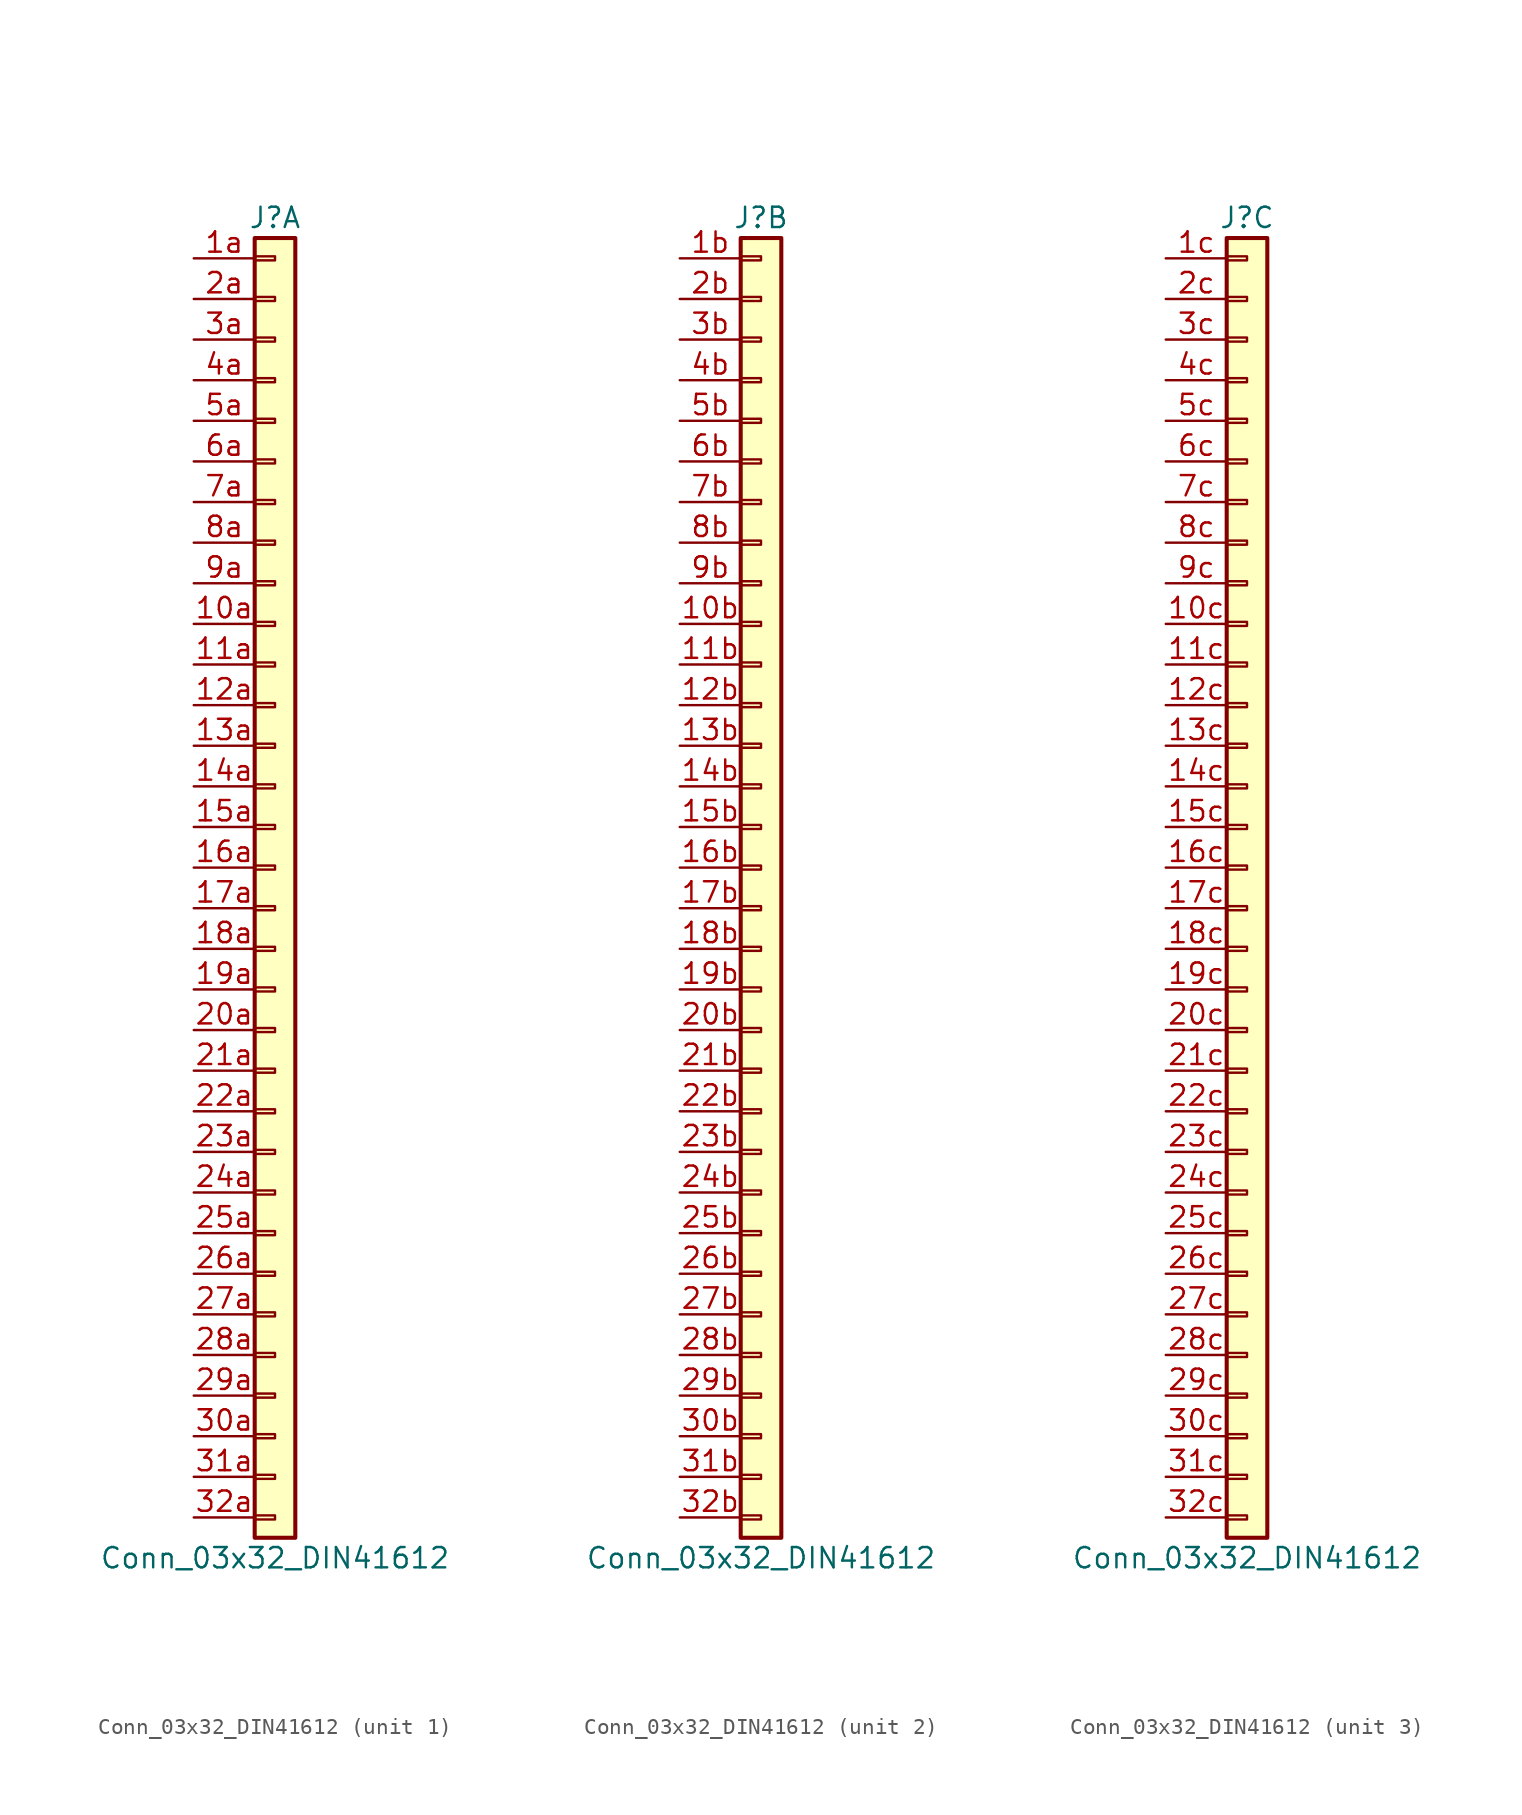
<source format=kicad_sym>
(kicad_symbol_lib
  (version 20211014)
  (generator kicad_symbol_editor)
  (symbol "Conn_03x32_DIN41612"
    (pin_names
      (offset 1.016) hide)
    (property "Reference" "J"
      (at 0 40.64 0)
      (effects (font (size 1.27 1.27))))
    (property "Value" "Conn_03x32_DIN41612"
      (at 0 -43.18 0)
      (effects (font (size 1.27 1.27))))
    (property "ki_locked" ""
      (at 0 0 0)
      (effects (font (size 1.27 1.27))))
    (symbol "Conn_03x32_DIN41612_1_1"
      (rectangle (start -1.27 -40.513) (end 0 -40.767) (stroke (width 0.152) (type default) (color 0 0 0 0)) (fill (type none)))
      (rectangle (start -1.27 -37.973) (end 0 -38.227) (stroke (width 0.152) (type default) (color 0 0 0 0)) (fill (type none)))
      (rectangle (start -1.27 -35.433) (end 0 -35.687) (stroke (width 0.152) (type default) (color 0 0 0 0)) (fill (type none)))
      (rectangle (start -1.27 -32.893) (end 0 -33.147) (stroke (width 0.152) (type default) (color 0 0 0 0)) (fill (type none)))
      (rectangle (start -1.27 -30.353) (end 0 -30.607) (stroke (width 0.152) (type default) (color 0 0 0 0)) (fill (type none)))
      (rectangle (start -1.27 -27.813) (end 0 -28.067) (stroke (width 0.152) (type default) (color 0 0 0 0)) (fill (type none)))
      (rectangle (start -1.27 -25.273) (end 0 -25.527) (stroke (width 0.152) (type default) (color 0 0 0 0)) (fill (type none)))
      (rectangle (start -1.27 -22.733) (end 0 -22.987) (stroke (width 0.152) (type default) (color 0 0 0 0)) (fill (type none)))
      (rectangle (start -1.27 -20.193) (end 0 -20.447) (stroke (width 0.152) (type default) (color 0 0 0 0)) (fill (type none)))
      (rectangle (start -1.27 -17.653) (end 0 -17.907) (stroke (width 0.152) (type default) (color 0 0 0 0)) (fill (type none)))
      (rectangle (start -1.27 -15.113) (end 0 -15.367) (stroke (width 0.152) (type default) (color 0 0 0 0)) (fill (type none)))
      (rectangle (start -1.27 -12.573) (end 0 -12.827) (stroke (width 0.152) (type default) (color 0 0 0 0)) (fill (type none)))
      (rectangle (start -1.27 -10.033) (end 0 -10.287) (stroke (width 0.152) (type default) (color 0 0 0 0)) (fill (type none)))
      (rectangle (start -1.27 -7.493) (end 0 -7.747) (stroke (width 0.152) (type default) (color 0 0 0 0)) (fill (type none)))
      (rectangle (start -1.27 -4.953) (end 0 -5.207) (stroke (width 0.152) (type default) (color 0 0 0 0)) (fill (type none)))
      (rectangle (start -1.27 -2.413) (end 0 -2.667) (stroke (width 0.152) (type default) (color 0 0 0 0)) (fill (type none)))
      (rectangle (start -1.27 0.127) (end 0 -0.127) (stroke (width 0.152) (type default) (color 0 0 0 0)) (fill (type none)))
      (rectangle (start -1.27 2.667) (end 0 2.413) (stroke (width 0.152) (type default) (color 0 0 0 0)) (fill (type none)))
      (rectangle (start -1.27 5.207) (end 0 4.953) (stroke (width 0.152) (type default) (color 0 0 0 0)) (fill (type none)))
      (rectangle (start -1.27 7.747) (end 0 7.493) (stroke (width 0.152) (type default) (color 0 0 0 0)) (fill (type none)))
      (rectangle (start -1.27 10.287) (end 0 10.033) (stroke (width 0.152) (type default) (color 0 0 0 0)) (fill (type none)))
      (rectangle (start -1.27 12.827) (end 0 12.573) (stroke (width 0.152) (type default) (color 0 0 0 0)) (fill (type none)))
      (rectangle (start -1.27 15.367) (end 0 15.113) (stroke (width 0.152) (type default) (color 0 0 0 0)) (fill (type none)))
      (rectangle (start -1.27 17.907) (end 0 17.653) (stroke (width 0.152) (type default) (color 0 0 0 0)) (fill (type none)))
      (rectangle (start -1.27 20.447) (end 0 20.193) (stroke (width 0.152) (type default) (color 0 0 0 0)) (fill (type none)))
      (rectangle (start -1.27 22.987) (end 0 22.733) (stroke (width 0.152) (type default) (color 0 0 0 0)) (fill (type none)))
      (rectangle (start -1.27 25.527) (end 0 25.273) (stroke (width 0.152) (type default) (color 0 0 0 0)) (fill (type none)))
      (rectangle (start -1.27 28.067) (end 0 27.813) (stroke (width 0.152) (type default) (color 0 0 0 0)) (fill (type none)))
      (rectangle (start -1.27 30.607) (end 0 30.353) (stroke (width 0.152) (type default) (color 0 0 0 0)) (fill (type none)))
      (rectangle (start -1.27 33.147) (end 0 32.893) (stroke (width 0.152) (type default) (color 0 0 0 0)) (fill (type none)))
      (rectangle (start -1.27 35.687) (end 0 35.433) (stroke (width 0.152) (type default) (color 0 0 0 0)) (fill (type none)))
      (rectangle (start -1.27 38.227) (end 0 37.973) (stroke (width 0.152) (type default) (color 0 0 0 0)) (fill (type none)))
      (rectangle (start -1.27 39.37) (end 1.27 -41.91) (stroke (width 0.254) (type default) (color 0 0 0 0)) (fill (type background)))
      (pin passive line (at -5.08 15.24 0) (length 3.81) (name "Pin_10" (effects (font (size 1.27 1.27)))) (number "10a" (effects (font (size 1.27 1.27)))))
      (pin passive line (at -5.08 12.7 0) (length 3.81) (name "Pin_11" (effects (font (size 1.27 1.27)))) (number "11a" (effects (font (size 1.27 1.27)))))
      (pin passive line (at -5.08 10.16 0) (length 3.81) (name "Pin_12" (effects (font (size 1.27 1.27)))) (number "12a" (effects (font (size 1.27 1.27)))))
      (pin passive line (at -5.08 7.62 0) (length 3.81) (name "Pin_13" (effects (font (size 1.27 1.27)))) (number "13a" (effects (font (size 1.27 1.27)))))
      (pin passive line (at -5.08 5.08 0) (length 3.81) (name "Pin_14" (effects (font (size 1.27 1.27)))) (number "14a" (effects (font (size 1.27 1.27)))))
      (pin passive line (at -5.08 2.54 0) (length 3.81) (name "Pin_15" (effects (font (size 1.27 1.27)))) (number "15a" (effects (font (size 1.27 1.27)))))
      (pin passive line (at -5.08 0 0) (length 3.81) (name "Pin_16" (effects (font (size 1.27 1.27)))) (number "16a" (effects (font (size 1.27 1.27)))))
      (pin passive line (at -5.08 -2.54 0) (length 3.81) (name "Pin_17" (effects (font (size 1.27 1.27)))) (number "17a" (effects (font (size 1.27 1.27)))))
      (pin passive line (at -5.08 -5.08 0) (length 3.81) (name "Pin_18" (effects (font (size 1.27 1.27)))) (number "18a" (effects (font (size 1.27 1.27)))))
      (pin passive line (at -5.08 -7.62 0) (length 3.81) (name "Pin_19" (effects (font (size 1.27 1.27)))) (number "19a" (effects (font (size 1.27 1.27)))))
      (pin passive line (at -5.08 38.1 0) (length 3.81) (name "Pin_1" (effects (font (size 1.27 1.27)))) (number "1a" (effects (font (size 1.27 1.27)))))
      (pin passive line (at -5.08 -10.16 0) (length 3.81) (name "Pin_20" (effects (font (size 1.27 1.27)))) (number "20a" (effects (font (size 1.27 1.27)))))
      (pin passive line (at -5.08 -12.7 0) (length 3.81) (name "Pin_21" (effects (font (size 1.27 1.27)))) (number "21a" (effects (font (size 1.27 1.27)))))
      (pin passive line (at -5.08 -15.24 0) (length 3.81) (name "Pin_22" (effects (font (size 1.27 1.27)))) (number "22a" (effects (font (size 1.27 1.27)))))
      (pin passive line (at -5.08 -17.78 0) (length 3.81) (name "Pin_23" (effects (font (size 1.27 1.27)))) (number "23a" (effects (font (size 1.27 1.27)))))
      (pin passive line (at -5.08 -20.32 0) (length 3.81) (name "Pin_24" (effects (font (size 1.27 1.27)))) (number "24a" (effects (font (size 1.27 1.27)))))
      (pin passive line (at -5.08 -22.86 0) (length 3.81) (name "Pin_25" (effects (font (size 1.27 1.27)))) (number "25a" (effects (font (size 1.27 1.27)))))
      (pin passive line (at -5.08 -25.4 0) (length 3.81) (name "Pin_26" (effects (font (size 1.27 1.27)))) (number "26a" (effects (font (size 1.27 1.27)))))
      (pin passive line (at -5.08 -27.94 0) (length 3.81) (name "Pin_27" (effects (font (size 1.27 1.27)))) (number "27a" (effects (font (size 1.27 1.27)))))
      (pin passive line (at -5.08 -30.48 0) (length 3.81) (name "Pin_28" (effects (font (size 1.27 1.27)))) (number "28a" (effects (font (size 1.27 1.27)))))
      (pin passive line (at -5.08 -33.02 0) (length 3.81) (name "Pin_29" (effects (font (size 1.27 1.27)))) (number "29a" (effects (font (size 1.27 1.27)))))
      (pin passive line (at -5.08 35.56 0) (length 3.81) (name "Pin_2" (effects (font (size 1.27 1.27)))) (number "2a" (effects (font (size 1.27 1.27)))))
      (pin passive line (at -5.08 -35.56 0) (length 3.81) (name "Pin_30" (effects (font (size 1.27 1.27)))) (number "30a" (effects (font (size 1.27 1.27)))))
      (pin passive line (at -5.08 -38.1 0) (length 3.81) (name "Pin_31" (effects (font (size 1.27 1.27)))) (number "31a" (effects (font (size 1.27 1.27)))))
      (pin passive line (at -5.08 -40.64 0) (length 3.81) (name "Pin_32" (effects (font (size 1.27 1.27)))) (number "32a" (effects (font (size 1.27 1.27)))))
      (pin passive line (at -5.08 33.02 0) (length 3.81) (name "Pin_3" (effects (font (size 1.27 1.27)))) (number "3a" (effects (font (size 1.27 1.27)))))
      (pin passive line (at -5.08 30.48 0) (length 3.81) (name "Pin_4" (effects (font (size 1.27 1.27)))) (number "4a" (effects (font (size 1.27 1.27)))))
      (pin passive line (at -5.08 27.94 0) (length 3.81) (name "Pin_5" (effects (font (size 1.27 1.27)))) (number "5a" (effects (font (size 1.27 1.27)))))
      (pin passive line (at -5.08 25.4 0) (length 3.81) (name "Pin_6" (effects (font (size 1.27 1.27)))) (number "6a" (effects (font (size 1.27 1.27)))))
      (pin passive line (at -5.08 22.86 0) (length 3.81) (name "Pin_7" (effects (font (size 1.27 1.27)))) (number "7a" (effects (font (size 1.27 1.27)))))
      (pin passive line (at -5.08 20.32 0) (length 3.81) (name "Pin_8" (effects (font (size 1.27 1.27)))) (number "8a" (effects (font (size 1.27 1.27)))))
      (pin passive line (at -5.08 17.78 0) (length 3.81) (name "Pin_9" (effects (font (size 1.27 1.27)))) (number "9a" (effects (font (size 1.27 1.27))))))
    (symbol "Conn_03x32_DIN41612_2_1"
      (rectangle (start -1.27 -40.513) (end 0 -40.767) (stroke (width 0.152) (type default) (color 0 0 0 0)) (fill (type none)))
      (rectangle (start -1.27 -37.973) (end 0 -38.227) (stroke (width 0.152) (type default) (color 0 0 0 0)) (fill (type none)))
      (rectangle (start -1.27 -35.433) (end 0 -35.687) (stroke (width 0.152) (type default) (color 0 0 0 0)) (fill (type none)))
      (rectangle (start -1.27 -32.893) (end 0 -33.147) (stroke (width 0.152) (type default) (color 0 0 0 0)) (fill (type none)))
      (rectangle (start -1.27 -30.353) (end 0 -30.607) (stroke (width 0.152) (type default) (color 0 0 0 0)) (fill (type none)))
      (rectangle (start -1.27 -27.813) (end 0 -28.067) (stroke (width 0.152) (type default) (color 0 0 0 0)) (fill (type none)))
      (rectangle (start -1.27 -25.273) (end 0 -25.527) (stroke (width 0.152) (type default) (color 0 0 0 0)) (fill (type none)))
      (rectangle (start -1.27 -22.733) (end 0 -22.987) (stroke (width 0.152) (type default) (color 0 0 0 0)) (fill (type none)))
      (rectangle (start -1.27 -20.193) (end 0 -20.447) (stroke (width 0.152) (type default) (color 0 0 0 0)) (fill (type none)))
      (rectangle (start -1.27 -17.653) (end 0 -17.907) (stroke (width 0.152) (type default) (color 0 0 0 0)) (fill (type none)))
      (rectangle (start -1.27 -15.113) (end 0 -15.367) (stroke (width 0.152) (type default) (color 0 0 0 0)) (fill (type none)))
      (rectangle (start -1.27 -12.573) (end 0 -12.827) (stroke (width 0.152) (type default) (color 0 0 0 0)) (fill (type none)))
      (rectangle (start -1.27 -10.033) (end 0 -10.287) (stroke (width 0.152) (type default) (color 0 0 0 0)) (fill (type none)))
      (rectangle (start -1.27 -7.493) (end 0 -7.747) (stroke (width 0.152) (type default) (color 0 0 0 0)) (fill (type none)))
      (rectangle (start -1.27 -4.953) (end 0 -5.207) (stroke (width 0.152) (type default) (color 0 0 0 0)) (fill (type none)))
      (rectangle (start -1.27 -2.413) (end 0 -2.667) (stroke (width 0.152) (type default) (color 0 0 0 0)) (fill (type none)))
      (rectangle (start -1.27 0.127) (end 0 -0.127) (stroke (width 0.152) (type default) (color 0 0 0 0)) (fill (type none)))
      (rectangle (start -1.27 2.667) (end 0 2.413) (stroke (width 0.152) (type default) (color 0 0 0 0)) (fill (type none)))
      (rectangle (start -1.27 5.207) (end 0 4.953) (stroke (width 0.152) (type default) (color 0 0 0 0)) (fill (type none)))
      (rectangle (start -1.27 7.747) (end 0 7.493) (stroke (width 0.152) (type default) (color 0 0 0 0)) (fill (type none)))
      (rectangle (start -1.27 10.287) (end 0 10.033) (stroke (width 0.152) (type default) (color 0 0 0 0)) (fill (type none)))
      (rectangle (start -1.27 12.827) (end 0 12.573) (stroke (width 0.152) (type default) (color 0 0 0 0)) (fill (type none)))
      (rectangle (start -1.27 15.367) (end 0 15.113) (stroke (width 0.152) (type default) (color 0 0 0 0)) (fill (type none)))
      (rectangle (start -1.27 17.907) (end 0 17.653) (stroke (width 0.152) (type default) (color 0 0 0 0)) (fill (type none)))
      (rectangle (start -1.27 20.447) (end 0 20.193) (stroke (width 0.152) (type default) (color 0 0 0 0)) (fill (type none)))
      (rectangle (start -1.27 22.987) (end 0 22.733) (stroke (width 0.152) (type default) (color 0 0 0 0)) (fill (type none)))
      (rectangle (start -1.27 25.527) (end 0 25.273) (stroke (width 0.152) (type default) (color 0 0 0 0)) (fill (type none)))
      (rectangle (start -1.27 28.067) (end 0 27.813) (stroke (width 0.152) (type default) (color 0 0 0 0)) (fill (type none)))
      (rectangle (start -1.27 30.607) (end 0 30.353) (stroke (width 0.152) (type default) (color 0 0 0 0)) (fill (type none)))
      (rectangle (start -1.27 33.147) (end 0 32.893) (stroke (width 0.152) (type default) (color 0 0 0 0)) (fill (type none)))
      (rectangle (start -1.27 35.687) (end 0 35.433) (stroke (width 0.152) (type default) (color 0 0 0 0)) (fill (type none)))
      (rectangle (start -1.27 38.227) (end 0 37.973) (stroke (width 0.152) (type default) (color 0 0 0 0)) (fill (type none)))
      (rectangle (start -1.27 39.37) (end 1.27 -41.91) (stroke (width 0.254) (type default) (color 0 0 0 0)) (fill (type background)))
      (pin passive line (at -5.08 15.24 0) (length 3.81) (name "Pin_10" (effects (font (size 1.27 1.27)))) (number "10b" (effects (font (size 1.27 1.27)))))
      (pin passive line (at -5.08 12.7 0) (length 3.81) (name "Pin_11" (effects (font (size 1.27 1.27)))) (number "11b" (effects (font (size 1.27 1.27)))))
      (pin passive line (at -5.08 10.16 0) (length 3.81) (name "Pin_12" (effects (font (size 1.27 1.27)))) (number "12b" (effects (font (size 1.27 1.27)))))
      (pin passive line (at -5.08 7.62 0) (length 3.81) (name "Pin_13" (effects (font (size 1.27 1.27)))) (number "13b" (effects (font (size 1.27 1.27)))))
      (pin passive line (at -5.08 5.08 0) (length 3.81) (name "Pin_14" (effects (font (size 1.27 1.27)))) (number "14b" (effects (font (size 1.27 1.27)))))
      (pin passive line (at -5.08 2.54 0) (length 3.81) (name "Pin_15" (effects (font (size 1.27 1.27)))) (number "15b" (effects (font (size 1.27 1.27)))))
      (pin passive line (at -5.08 0 0) (length 3.81) (name "Pin_16" (effects (font (size 1.27 1.27)))) (number "16b" (effects (font (size 1.27 1.27)))))
      (pin passive line (at -5.08 -2.54 0) (length 3.81) (name "Pin_17" (effects (font (size 1.27 1.27)))) (number "17b" (effects (font (size 1.27 1.27)))))
      (pin passive line (at -5.08 -5.08 0) (length 3.81) (name "Pin_18" (effects (font (size 1.27 1.27)))) (number "18b" (effects (font (size 1.27 1.27)))))
      (pin passive line (at -5.08 -7.62 0) (length 3.81) (name "Pin_19" (effects (font (size 1.27 1.27)))) (number "19b" (effects (font (size 1.27 1.27)))))
      (pin passive line (at -5.08 38.1 0) (length 3.81) (name "Pin_1" (effects (font (size 1.27 1.27)))) (number "1b" (effects (font (size 1.27 1.27)))))
      (pin passive line (at -5.08 -10.16 0) (length 3.81) (name "Pin_20" (effects (font (size 1.27 1.27)))) (number "20b" (effects (font (size 1.27 1.27)))))
      (pin passive line (at -5.08 -12.7 0) (length 3.81) (name "Pin_21" (effects (font (size 1.27 1.27)))) (number "21b" (effects (font (size 1.27 1.27)))))
      (pin passive line (at -5.08 -15.24 0) (length 3.81) (name "Pin_22" (effects (font (size 1.27 1.27)))) (number "22b" (effects (font (size 1.27 1.27)))))
      (pin passive line (at -5.08 -17.78 0) (length 3.81) (name "Pin_23" (effects (font (size 1.27 1.27)))) (number "23b" (effects (font (size 1.27 1.27)))))
      (pin passive line (at -5.08 -20.32 0) (length 3.81) (name "Pin_24" (effects (font (size 1.27 1.27)))) (number "24b" (effects (font (size 1.27 1.27)))))
      (pin passive line (at -5.08 -22.86 0) (length 3.81) (name "Pin_25" (effects (font (size 1.27 1.27)))) (number "25b" (effects (font (size 1.27 1.27)))))
      (pin passive line (at -5.08 -25.4 0) (length 3.81) (name "Pin_26" (effects (font (size 1.27 1.27)))) (number "26b" (effects (font (size 1.27 1.27)))))
      (pin passive line (at -5.08 -27.94 0) (length 3.81) (name "Pin_27" (effects (font (size 1.27 1.27)))) (number "27b" (effects (font (size 1.27 1.27)))))
      (pin passive line (at -5.08 -30.48 0) (length 3.81) (name "Pin_28" (effects (font (size 1.27 1.27)))) (number "28b" (effects (font (size 1.27 1.27)))))
      (pin passive line (at -5.08 -33.02 0) (length 3.81) (name "Pin_29" (effects (font (size 1.27 1.27)))) (number "29b" (effects (font (size 1.27 1.27)))))
      (pin passive line (at -5.08 35.56 0) (length 3.81) (name "Pin_2" (effects (font (size 1.27 1.27)))) (number "2b" (effects (font (size 1.27 1.27)))))
      (pin passive line (at -5.08 -35.56 0) (length 3.81) (name "Pin_30" (effects (font (size 1.27 1.27)))) (number "30b" (effects (font (size 1.27 1.27)))))
      (pin passive line (at -5.08 -38.1 0) (length 3.81) (name "Pin_31" (effects (font (size 1.27 1.27)))) (number "31b" (effects (font (size 1.27 1.27)))))
      (pin passive line (at -5.08 -40.64 0) (length 3.81) (name "Pin_32" (effects (font (size 1.27 1.27)))) (number "32b" (effects (font (size 1.27 1.27)))))
      (pin passive line (at -5.08 33.02 0) (length 3.81) (name "Pin_3" (effects (font (size 1.27 1.27)))) (number "3b" (effects (font (size 1.27 1.27)))))
      (pin passive line (at -5.08 30.48 0) (length 3.81) (name "Pin_4" (effects (font (size 1.27 1.27)))) (number "4b" (effects (font (size 1.27 1.27)))))
      (pin passive line (at -5.08 27.94 0) (length 3.81) (name "Pin_5" (effects (font (size 1.27 1.27)))) (number "5b" (effects (font (size 1.27 1.27)))))
      (pin passive line (at -5.08 25.4 0) (length 3.81) (name "Pin_6" (effects (font (size 1.27 1.27)))) (number "6b" (effects (font (size 1.27 1.27)))))
      (pin passive line (at -5.08 22.86 0) (length 3.81) (name "Pin_7" (effects (font (size 1.27 1.27)))) (number "7b" (effects (font (size 1.27 1.27)))))
      (pin passive line (at -5.08 20.32 0) (length 3.81) (name "Pin_8" (effects (font (size 1.27 1.27)))) (number "8b" (effects (font (size 1.27 1.27)))))
      (pin passive line (at -5.08 17.78 0) (length 3.81) (name "Pin_9" (effects (font (size 1.27 1.27)))) (number "9b" (effects (font (size 1.27 1.27))))))
    (symbol "Conn_03x32_DIN41612_3_1"
      (rectangle (start -1.27 -40.513) (end 0 -40.767) (stroke (width 0.152) (type default) (color 0 0 0 0)) (fill (type none)))
      (rectangle (start -1.27 -37.973) (end 0 -38.227) (stroke (width 0.152) (type default) (color 0 0 0 0)) (fill (type none)))
      (rectangle (start -1.27 -35.433) (end 0 -35.687) (stroke (width 0.152) (type default) (color 0 0 0 0)) (fill (type none)))
      (rectangle (start -1.27 -32.893) (end 0 -33.147) (stroke (width 0.152) (type default) (color 0 0 0 0)) (fill (type none)))
      (rectangle (start -1.27 -30.353) (end 0 -30.607) (stroke (width 0.152) (type default) (color 0 0 0 0)) (fill (type none)))
      (rectangle (start -1.27 -27.813) (end 0 -28.067) (stroke (width 0.152) (type default) (color 0 0 0 0)) (fill (type none)))
      (rectangle (start -1.27 -25.273) (end 0 -25.527) (stroke (width 0.152) (type default) (color 0 0 0 0)) (fill (type none)))
      (rectangle (start -1.27 -22.733) (end 0 -22.987) (stroke (width 0.152) (type default) (color 0 0 0 0)) (fill (type none)))
      (rectangle (start -1.27 -20.193) (end 0 -20.447) (stroke (width 0.152) (type default) (color 0 0 0 0)) (fill (type none)))
      (rectangle (start -1.27 -17.653) (end 0 -17.907) (stroke (width 0.152) (type default) (color 0 0 0 0)) (fill (type none)))
      (rectangle (start -1.27 -15.113) (end 0 -15.367) (stroke (width 0.152) (type default) (color 0 0 0 0)) (fill (type none)))
      (rectangle (start -1.27 -12.573) (end 0 -12.827) (stroke (width 0.152) (type default) (color 0 0 0 0)) (fill (type none)))
      (rectangle (start -1.27 -10.033) (end 0 -10.287) (stroke (width 0.152) (type default) (color 0 0 0 0)) (fill (type none)))
      (rectangle (start -1.27 -7.493) (end 0 -7.747) (stroke (width 0.152) (type default) (color 0 0 0 0)) (fill (type none)))
      (rectangle (start -1.27 -4.953) (end 0 -5.207) (stroke (width 0.152) (type default) (color 0 0 0 0)) (fill (type none)))
      (rectangle (start -1.27 -2.413) (end 0 -2.667) (stroke (width 0.152) (type default) (color 0 0 0 0)) (fill (type none)))
      (rectangle (start -1.27 0.127) (end 0 -0.127) (stroke (width 0.152) (type default) (color 0 0 0 0)) (fill (type none)))
      (rectangle (start -1.27 2.667) (end 0 2.413) (stroke (width 0.152) (type default) (color 0 0 0 0)) (fill (type none)))
      (rectangle (start -1.27 5.207) (end 0 4.953) (stroke (width 0.152) (type default) (color 0 0 0 0)) (fill (type none)))
      (rectangle (start -1.27 7.747) (end 0 7.493) (stroke (width 0.152) (type default) (color 0 0 0 0)) (fill (type none)))
      (rectangle (start -1.27 10.287) (end 0 10.033) (stroke (width 0.152) (type default) (color 0 0 0 0)) (fill (type none)))
      (rectangle (start -1.27 12.827) (end 0 12.573) (stroke (width 0.152) (type default) (color 0 0 0 0)) (fill (type none)))
      (rectangle (start -1.27 15.367) (end 0 15.113) (stroke (width 0.152) (type default) (color 0 0 0 0)) (fill (type none)))
      (rectangle (start -1.27 17.907) (end 0 17.653) (stroke (width 0.152) (type default) (color 0 0 0 0)) (fill (type none)))
      (rectangle (start -1.27 20.447) (end 0 20.193) (stroke (width 0.152) (type default) (color 0 0 0 0)) (fill (type none)))
      (rectangle (start -1.27 22.987) (end 0 22.733) (stroke (width 0.152) (type default) (color 0 0 0 0)) (fill (type none)))
      (rectangle (start -1.27 25.527) (end 0 25.273) (stroke (width 0.152) (type default) (color 0 0 0 0)) (fill (type none)))
      (rectangle (start -1.27 28.067) (end 0 27.813) (stroke (width 0.152) (type default) (color 0 0 0 0)) (fill (type none)))
      (rectangle (start -1.27 30.607) (end 0 30.353) (stroke (width 0.152) (type default) (color 0 0 0 0)) (fill (type none)))
      (rectangle (start -1.27 33.147) (end 0 32.893) (stroke (width 0.152) (type default) (color 0 0 0 0)) (fill (type none)))
      (rectangle (start -1.27 35.687) (end 0 35.433) (stroke (width 0.152) (type default) (color 0 0 0 0)) (fill (type none)))
      (rectangle (start -1.27 38.227) (end 0 37.973) (stroke (width 0.152) (type default) (color 0 0 0 0)) (fill (type none)))
      (rectangle (start -1.27 39.37) (end 1.27 -41.91) (stroke (width 0.254) (type default) (color 0 0 0 0)) (fill (type background)))
      (pin passive line (at -5.08 15.24 0) (length 3.81) (name "Pin_10" (effects (font (size 1.27 1.27)))) (number "10c" (effects (font (size 1.27 1.27)))))
      (pin passive line (at -5.08 12.7 0) (length 3.81) (name "Pin_11" (effects (font (size 1.27 1.27)))) (number "11c" (effects (font (size 1.27 1.27)))))
      (pin passive line (at -5.08 10.16 0) (length 3.81) (name "Pin_12" (effects (font (size 1.27 1.27)))) (number "12c" (effects (font (size 1.27 1.27)))))
      (pin passive line (at -5.08 7.62 0) (length 3.81) (name "Pin_13" (effects (font (size 1.27 1.27)))) (number "13c" (effects (font (size 1.27 1.27)))))
      (pin passive line (at -5.08 5.08 0) (length 3.81) (name "Pin_14" (effects (font (size 1.27 1.27)))) (number "14c" (effects (font (size 1.27 1.27)))))
      (pin passive line (at -5.08 2.54 0) (length 3.81) (name "Pin_15" (effects (font (size 1.27 1.27)))) (number "15c" (effects (font (size 1.27 1.27)))))
      (pin passive line (at -5.08 0 0) (length 3.81) (name "Pin_16" (effects (font (size 1.27 1.27)))) (number "16c" (effects (font (size 1.27 1.27)))))
      (pin passive line (at -5.08 -2.54 0) (length 3.81) (name "Pin_17" (effects (font (size 1.27 1.27)))) (number "17c" (effects (font (size 1.27 1.27)))))
      (pin passive line (at -5.08 -5.08 0) (length 3.81) (name "Pin_18" (effects (font (size 1.27 1.27)))) (number "18c" (effects (font (size 1.27 1.27)))))
      (pin passive line (at -5.08 -7.62 0) (length 3.81) (name "Pin_19" (effects (font (size 1.27 1.27)))) (number "19c" (effects (font (size 1.27 1.27)))))
      (pin passive line (at -5.08 38.1 0) (length 3.81) (name "Pin_1" (effects (font (size 1.27 1.27)))) (number "1c" (effects (font (size 1.27 1.27)))))
      (pin passive line (at -5.08 -10.16 0) (length 3.81) (name "Pin_20" (effects (font (size 1.27 1.27)))) (number "20c" (effects (font (size 1.27 1.27)))))
      (pin passive line (at -5.08 -12.7 0) (length 3.81) (name "Pin_21" (effects (font (size 1.27 1.27)))) (number "21c" (effects (font (size 1.27 1.27)))))
      (pin passive line (at -5.08 -15.24 0) (length 3.81) (name "Pin_22" (effects (font (size 1.27 1.27)))) (number "22c" (effects (font (size 1.27 1.27)))))
      (pin passive line (at -5.08 -17.78 0) (length 3.81) (name "Pin_23" (effects (font (size 1.27 1.27)))) (number "23c" (effects (font (size 1.27 1.27)))))
      (pin passive line (at -5.08 -20.32 0) (length 3.81) (name "Pin_24" (effects (font (size 1.27 1.27)))) (number "24c" (effects (font (size 1.27 1.27)))))
      (pin passive line (at -5.08 -22.86 0) (length 3.81) (name "Pin_25" (effects (font (size 1.27 1.27)))) (number "25c" (effects (font (size 1.27 1.27)))))
      (pin passive line (at -5.08 -25.4 0) (length 3.81) (name "Pin_26" (effects (font (size 1.27 1.27)))) (number "26c" (effects (font (size 1.27 1.27)))))
      (pin passive line (at -5.08 -27.94 0) (length 3.81) (name "Pin_27" (effects (font (size 1.27 1.27)))) (number "27c" (effects (font (size 1.27 1.27)))))
      (pin passive line (at -5.08 -30.48 0) (length 3.81) (name "Pin_28" (effects (font (size 1.27 1.27)))) (number "28c" (effects (font (size 1.27 1.27)))))
      (pin passive line (at -5.08 -33.02 0) (length 3.81) (name "Pin_29" (effects (font (size 1.27 1.27)))) (number "29c" (effects (font (size 1.27 1.27)))))
      (pin passive line (at -5.08 35.56 0) (length 3.81) (name "Pin_2" (effects (font (size 1.27 1.27)))) (number "2c" (effects (font (size 1.27 1.27)))))
      (pin passive line (at -5.08 -35.56 0) (length 3.81) (name "Pin_30" (effects (font (size 1.27 1.27)))) (number "30c" (effects (font (size 1.27 1.27)))))
      (pin passive line (at -5.08 -38.1 0) (length 3.81) (name "Pin_31" (effects (font (size 1.27 1.27)))) (number "31c" (effects (font (size 1.27 1.27)))))
      (pin passive line (at -5.08 -40.64 0) (length 3.81) (name "Pin_32" (effects (font (size 1.27 1.27)))) (number "32c" (effects (font (size 1.27 1.27)))))
      (pin passive line (at -5.08 33.02 0) (length 3.81) (name "Pin_3" (effects (font (size 1.27 1.27)))) (number "3c" (effects (font (size 1.27 1.27)))))
      (pin passive line (at -5.08 30.48 0) (length 3.81) (name "Pin_4" (effects (font (size 1.27 1.27)))) (number "4c" (effects (font (size 1.27 1.27)))))
      (pin passive line (at -5.08 27.94 0) (length 3.81) (name "Pin_5" (effects (font (size 1.27 1.27)))) (number "5c" (effects (font (size 1.27 1.27)))))
      (pin passive line (at -5.08 25.4 0) (length 3.81) (name "Pin_6" (effects (font (size 1.27 1.27)))) (number "6c" (effects (font (size 1.27 1.27)))))
      (pin passive line (at -5.08 22.86 0) (length 3.81) (name "Pin_7" (effects (font (size 1.27 1.27)))) (number "7c" (effects (font (size 1.27 1.27)))))
      (pin passive line (at -5.08 20.32 0) (length 3.81) (name "Pin_8" (effects (font (size 1.27 1.27)))) (number "8c" (effects (font (size 1.27 1.27)))))
      (pin passive line (at -5.08 17.78 0) (length 3.81) (name "Pin_9" (effects (font (size 1.27 1.27)))) (number "9c" (effects (font (size 1.27 1.27))))))))
</source>
